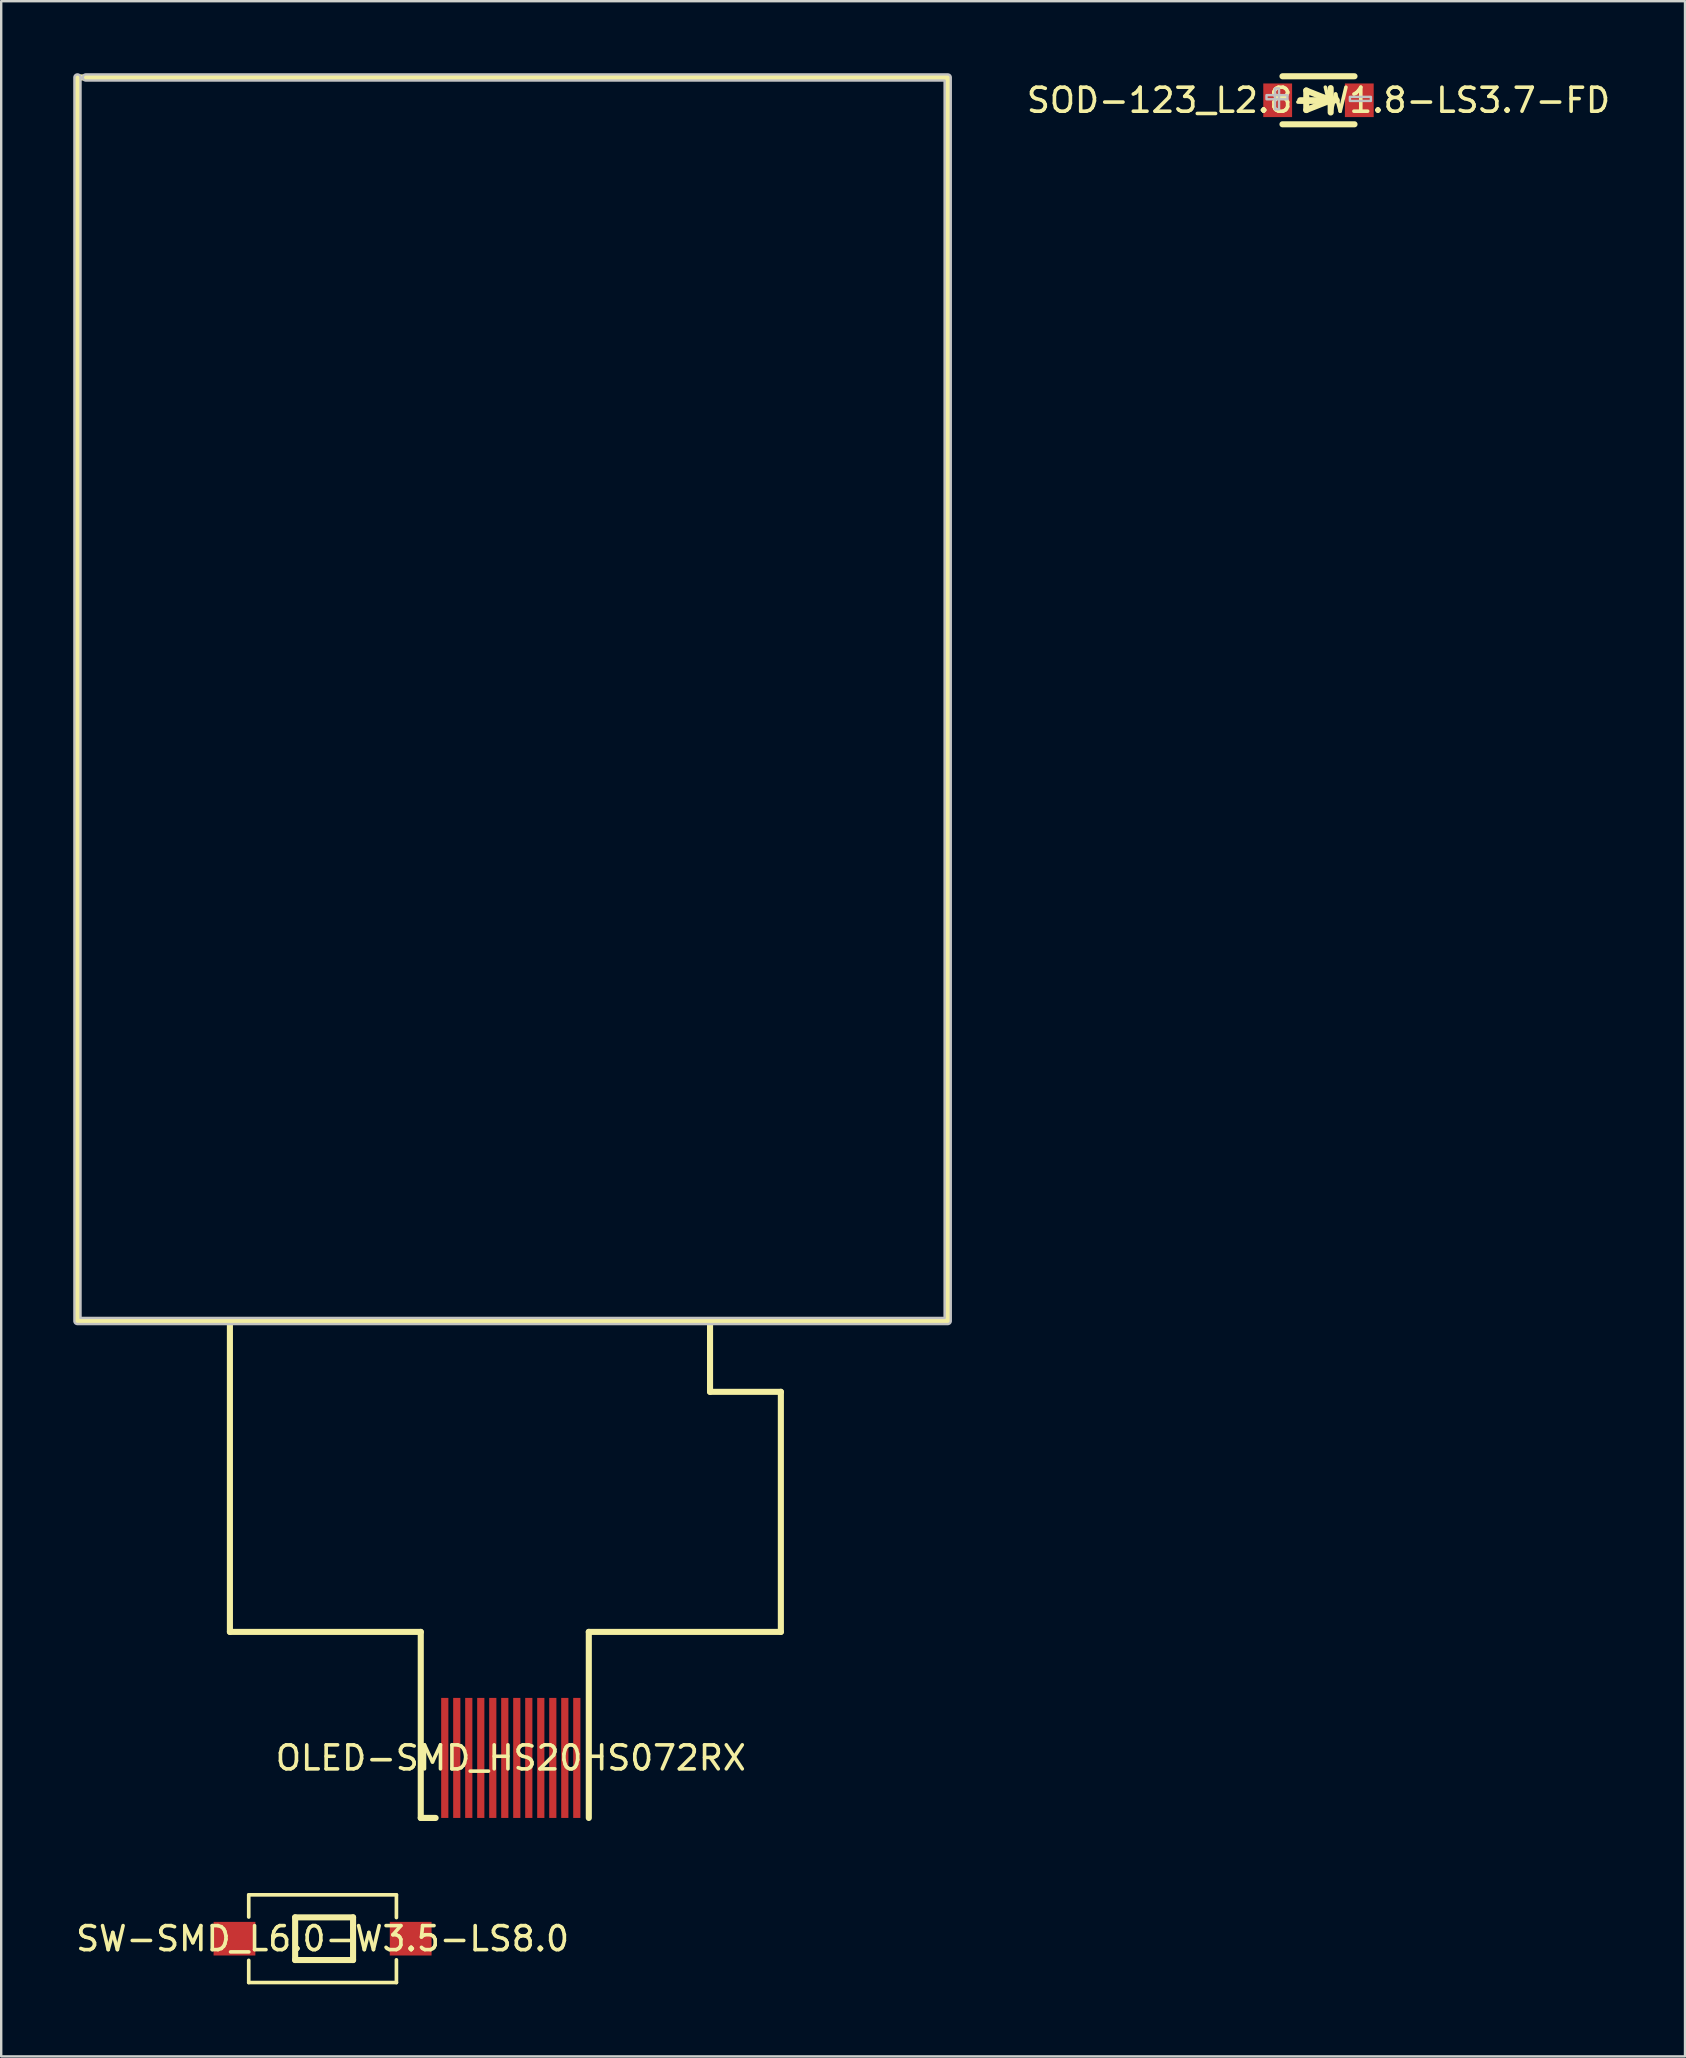
<source format=kicad_pcb>
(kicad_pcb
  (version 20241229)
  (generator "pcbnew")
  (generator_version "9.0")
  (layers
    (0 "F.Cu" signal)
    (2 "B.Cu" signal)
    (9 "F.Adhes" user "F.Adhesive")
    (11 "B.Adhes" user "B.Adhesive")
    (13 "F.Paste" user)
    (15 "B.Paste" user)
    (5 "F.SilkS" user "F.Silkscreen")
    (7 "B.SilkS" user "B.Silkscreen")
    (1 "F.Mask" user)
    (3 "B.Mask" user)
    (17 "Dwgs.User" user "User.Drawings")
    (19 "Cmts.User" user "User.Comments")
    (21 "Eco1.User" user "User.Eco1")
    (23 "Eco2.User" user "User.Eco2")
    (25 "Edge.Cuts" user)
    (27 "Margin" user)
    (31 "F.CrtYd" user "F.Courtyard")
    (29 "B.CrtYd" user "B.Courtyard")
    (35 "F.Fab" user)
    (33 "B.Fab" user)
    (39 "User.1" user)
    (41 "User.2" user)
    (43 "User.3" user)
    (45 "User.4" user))
  (footprint "SW-SMD_L6.0-W3.5-LS8.0"
    (layer "F.Cu")
    (at 10.387 77.707)
    (property "Reference" "SW-SMD_L6.0-W3.5-LS8.0" (at 0 0 0) (layer "F.SilkS") (effects (font (size 1 1) (thickness 0.15))))
    (fp_line (start -3.076 -1.826) (end -3.076 -0.903) (stroke (width 0.152) (type default)) (layer "F.SilkS"))
    (fp_line (start -3.076 1.826) (end -3.076 0.903) (stroke (width 0.152) (type default)) (layer "F.SilkS"))
    (fp_line (start -1.143 -0.889) (end 1.27 -0.889) (stroke (width 0.254) (type default)) (layer "F.SilkS"))
    (fp_line (start -1.143 0.889) (end -1.143 -0.889) (stroke (width 0.254) (type default)) (layer "F.SilkS"))
    (fp_line (start 1.27 -0.889) (end 1.27 0.889) (stroke (width 0.254) (type default)) (layer "F.SilkS"))
    (fp_line (start 1.27 0.889) (end -1.143 0.889) (stroke (width 0.254) (type default)) (layer "F.SilkS"))
    (fp_line (start 3.076 -1.826) (end -3.076 -1.826) (stroke (width 0.152) (type default)) (layer "F.SilkS"))
    (fp_line (start 3.076 -1.826) (end 3.076 -0.88) (stroke (width 0.152) (type default)) (layer "F.SilkS"))
    (fp_line (start 3.076 0.88) (end 3.076 1.826) (stroke (width 0.152) (type default)) (layer "F.SilkS"))
    (fp_line (start 3.076 1.826) (end -3.076 1.826) (stroke (width 0.152) (type default)) (layer "F.SilkS"))
    (fp_poly (pts (xy -4 -0.5) (xy -4 0.5) (xy -3.1 0.5) (xy -3.1 -0.5)) (stroke (width 0.1) (type default)) (fill no) (layer "User.1"))
    (fp_poly (pts (xy -2.99 -0.5) (xy -2.99 0.5) (xy -3.11 0.5) (xy -3.11 -0.5)) (stroke (width 0.1) (type default)) (fill no) (layer "User.1"))
    (fp_poly (pts (xy 2.99 -0.5) (xy 2.99 0.5) (xy 3.11 0.5) (xy 3.11 -0.5)) (stroke (width 0.1) (type default)) (fill no) (layer "User.1"))
    (fp_poly (pts (xy 4 -0.5) (xy 4 0.5) (xy 3.1 0.5) (xy 3.1 -0.5)) (stroke (width 0.1) (type default)) (fill no) (layer "User.1"))
    (fp_line (start -3 -1.75) (end 3 -1.75) (stroke (width 0.051) (type default)) (layer "User.2"))
    (fp_line (start -3 1.75) (end -3 -1.75) (stroke (width 0.051) (type default)) (layer "User.2"))
    (fp_line (start 3 -1.75) (end 3 1.75) (stroke (width 0.051) (type default)) (layer "User.2"))
    (fp_line (start 3 1.75) (end -3 1.75) (stroke (width 0.051) (type default)) (layer "User.2"))
    (fp_poly (pts (xy -3.945 1.727) (xy -3.977 1.695) (xy -4.023 1.695) (xy -4.055 1.727) (xy -4.055 1.773) (xy -4.023 1.805) (xy -3.977 1.805) (xy -3.945 1.773)) (stroke (width 0.1) (type default)) (fill no) (layer "User.3"))
    (pad "1" smd rect (at -3.67 0) (size 1.74 1.4) (layers "F.Cu" "F.Mask" "F.Paste"))
    (pad "2" smd rect (at 3.67 0) (size 1.74 1.4) (layers "F.Cu" "F.Mask" "F.Paste")))
  (footprint "SOD-123_L2.8-W1.8-LS3.7-FD"
    (layer "F.Cu")
    (at 51.872 1.127)
    (property "Reference" "SOD-123_L2.8-W1.8-LS3.7-FD" (at 0 0 0) (layer "F.SilkS") (effects (font (size 1 1) (thickness 0.15))))
    (fp_line (start -1.5 -1) (end 1.5 -1) (stroke (width 0.254) (type default)) (layer "F.SilkS"))
    (fp_line (start -1.5 1) (end 1.5 1) (stroke (width 0.254) (type default)) (layer "F.SilkS"))
    (fp_line (start -0.508 -0.406) (end 0.508 0) (stroke (width 0.254) (type default)) (layer "F.SilkS"))
    (fp_line (start -0.508 0.406) (end -0.508 -0.406) (stroke (width 0.254) (type default)) (layer "F.SilkS"))
    (fp_line (start 0.508 0) (end -0.508 0.406) (stroke (width 0.254) (type default)) (layer "F.SilkS"))
    (fp_line (start 0.508 0.508) (end 0.508 -0.508) (stroke (width 0.254) (type default)) (layer "F.SilkS"))
    (fp_line (start 0.762 0) (end -0.762 0) (stroke (width 0.254) (type default)) (layer "F.SilkS"))
    (fp_poly (pts (xy -2.166 -0.213) (xy -1.291 -0.213) (xy -1.291 -0.043) (xy -2.166 -0.043) (xy -2.166 -0.053)) (stroke (width 0.1) (type default)) (fill no) (layer "Dwgs.User"))
    (fp_poly (pts (xy -1.812 0.378) (xy -1.812 -0.497) (xy -1.643 -0.497) (xy -1.643 0.378) (xy -1.652 0.378)) (stroke (width 0.1) (type default)) (fill no) (layer "Dwgs.User"))
    (fp_poly (pts (xy 1.308 -0.141) (xy 2.183 -0.141) (xy 2.183 0.028) (xy 1.308 0.028) (xy 1.308 0.019)) (stroke (width 0.1) (type default)) (fill no) (layer "Dwgs.User"))
    (fp_poly (pts (xy -1.85 -0.5) (xy -1.25 -0.5) (xy -1.25 0.5) (xy -1.85 0.5)) (stroke (width 0.1) (type default)) (fill no) (layer "User.1"))
    (fp_poly (pts (xy 1.25 -0.5) (xy 1.85 -0.5) (xy 1.85 0.5) (xy 1.25 0.5)) (stroke (width 0.1) (type default)) (fill no) (layer "User.1"))
    (fp_line (start -1.35 -0.9) (end 1.35 -0.9) (stroke (width 0.051) (type default)) (layer "User.2"))
    (fp_line (start -1.35 0.9) (end -1.35 -0.9) (stroke (width 0.051) (type default)) (layer "User.2"))
    (fp_line (start 1.35 -0.9) (end 1.35 0.9) (stroke (width 0.051) (type default)) (layer "User.2"))
    (fp_line (start 1.35 0.9) (end -1.35 0.9) (stroke (width 0.051) (type default)) (layer "User.2"))
    (fp_poly (pts (xy -1.795 0.877) (xy -1.827 0.845) (xy -1.873 0.845) (xy -1.905 0.877) (xy -1.905 0.923) (xy -1.873 0.955) (xy -1.827 0.955) (xy -1.795 0.923)) (stroke (width 0.1) (type default)) (fill no) (layer "User.3"))
    (pad "1" smd rect (at -1.7 0) (size 1.2 1.4) (layers "F.Cu" "F.Mask" "F.Paste"))
    (pad "2" smd rect (at 1.7 0) (size 1.2 1.4) (layers "F.Cu" "F.Mask" "F.Paste")))
  (footprint "OLED-SMD_HS20HS072RX"
    (layer "F.Cu")
    (at 18.227 70.177)
    (property "Reference" "OLED-SMD_HS20HS072RX" (at 0 0 0) (layer "F.SilkS") (effects (font (size 1 1) (thickness 0.15))))
    (fp_line (start -18.03 -70.001) (end -18.03 -18.201) (stroke (width 0.254) (type default)) (layer "F.SilkS"))
    (fp_line (start -18.03 -18.201) (end 18.17 -18.201) (stroke (width 0.254) (type default)) (layer "F.SilkS"))
    (fp_line (start -11.7 -5.25) (end -11.7 -18.201) (stroke (width 0.254) (type default)) (layer "F.SilkS"))
    (fp_line (start -3.75 -5.25) (end -11.7 -5.25) (stroke (width 0.254) (type default)) (layer "F.SilkS"))
    (fp_line (start -3.75 2.5) (end -3.75 -5.25) (stroke (width 0.254) (type default)) (layer "F.SilkS"))
    (fp_line (start -3.75 2.5) (end -3.131 2.5) (stroke (width 0.254) (type default)) (layer "F.SilkS"))
    (fp_line (start 3.25 -5.25) (end 11.25 -5.25) (stroke (width 0.254) (type default)) (layer "F.SilkS"))
    (fp_line (start 3.25 2.5) (end 3.25 -5.25) (stroke (width 0.254) (type default)) (layer "F.SilkS"))
    (fp_line (start 8.3 -15.25) (end 8.3 -18.201) (stroke (width 0.254) (type default)) (layer "F.SilkS"))
    (fp_line (start 11.25 -15.25) (end 8.3 -15.25) (stroke (width 0.254) (type default)) (layer "F.SilkS"))
    (fp_line (start 11.25 -5.25) (end 11.25 -15.25) (stroke (width 0.254) (type default)) (layer "F.SilkS"))
    (fp_line (start 18.17 -70.001) (end -18.03 -70.001) (stroke (width 0.254) (type default)) (layer "F.SilkS"))
    (fp_line (start 18.17 -18.201) (end 18.17 -70.001) (stroke (width 0.254) (type default)) (layer "F.SilkS"))
    (fp_poly (pts (arc (start -18.177 -70) (mid -18.05 -70.127) (end -17.923 -70)) (xy -17.923 -18.327) (xy 18.073 -18.327) (xy 18.073 -69.873) (arc (start -17.7 -69.873) (mid -17.827 -70) (end -17.7 -70.127)) (arc (start 18.2 -70.127) (mid 18.289803 -70.089803) (end 18.327 -70)) (arc (start 18.327 -18.2) (mid 18.289803 -18.110197) (end 18.2 -18.073)) (arc (start -18.05 -18.073) (mid -18.139803 -18.110197) (end -18.177 -18.2))) (stroke (width 0.1) (type default)) (fill no) (layer "Dwgs.User"))
    (fp_poly (pts (xy -2.9 -1) (xy -2.6 -1) (xy -2.6 2.5) (xy -2.9 2.5)) (stroke (width 0.1) (type default)) (fill no) (layer "User.1"))
    (fp_poly (pts (xy -2.9 2.5) (xy -2.6 2.5) (xy -2.6 -18.25) (xy -2.9 -18.25)) (stroke (width 0.1) (type default)) (fill no) (layer "User.1"))
    (fp_poly (pts (xy -2.4 -1) (xy -2.1 -1) (xy -2.1 2.5) (xy -2.4 2.5)) (stroke (width 0.1) (type default)) (fill no) (layer "User.1"))
    (fp_poly (pts (xy -2.4 2.5) (xy -2.1 2.5) (xy -2.1 -18.25) (xy -2.4 -18.25)) (stroke (width 0.1) (type default)) (fill no) (layer "User.1"))
    (fp_poly (pts (xy -1.9 -1) (xy -1.6 -1) (xy -1.6 2.5) (xy -1.9 2.5)) (stroke (width 0.1) (type default)) (fill no) (layer "User.1"))
    (fp_poly (pts (xy -1.9 2.5) (xy -1.6 2.5) (xy -1.6 -18.25) (xy -1.9 -18.25)) (stroke (width 0.1) (type default)) (fill no) (layer "User.1"))
    (fp_poly (pts (xy -1.4 -1) (xy -1.1 -1) (xy -1.1 2.5) (xy -1.4 2.5)) (stroke (width 0.1) (type default)) (fill no) (layer "User.1"))
    (fp_poly (pts (xy -1.4 2.5) (xy -1.1 2.5) (xy -1.1 -18.25) (xy -1.4 -18.25)) (stroke (width 0.1) (type default)) (fill no) (layer "User.1"))
    (fp_poly (pts (xy -0.9 -1) (xy -0.6 -1) (xy -0.6 2.5) (xy -0.9 2.5)) (stroke (width 0.1) (type default)) (fill no) (layer "User.1"))
    (fp_poly (pts (xy -0.9 2.5) (xy -0.6 2.5) (xy -0.6 -18.25) (xy -0.9 -18.25)) (stroke (width 0.1) (type default)) (fill no) (layer "User.1"))
    (fp_poly (pts (xy -0.4 -1) (xy -0.1 -1) (xy -0.1 2.5) (xy -0.4 2.5)) (stroke (width 0.1) (type default)) (fill no) (layer "User.1"))
    (fp_poly (pts (xy -0.4 2.5) (xy -0.1 2.5) (xy -0.1 -18.25) (xy -0.4 -18.25)) (stroke (width 0.1) (type default)) (fill no) (layer "User.1"))
    (fp_poly (pts (xy 0.1 -1) (xy 0.4 -1) (xy 0.4 2.5) (xy 0.1 2.5)) (stroke (width 0.1) (type default)) (fill no) (layer "User.1"))
    (fp_poly (pts (xy 0.1 2.5) (xy 0.4 2.5) (xy 0.4 -18.25) (xy 0.1 -18.25)) (stroke (width 0.1) (type default)) (fill no) (layer "User.1"))
    (fp_poly (pts (xy 0.6 -1) (xy 0.9 -1) (xy 0.9 2.5) (xy 0.6 2.5)) (stroke (width 0.1) (type default)) (fill no) (layer "User.1"))
    (fp_poly (pts (xy 0.6 2.5) (xy 0.9 2.5) (xy 0.9 -18.25) (xy 0.6 -18.25)) (stroke (width 0.1) (type default)) (fill no) (layer "User.1"))
    (fp_poly (pts (xy 1.1 -1) (xy 1.4 -1) (xy 1.4 2.5) (xy 1.1 2.5)) (stroke (width 0.1) (type default)) (fill no) (layer "User.1"))
    (fp_poly (pts (xy 1.1 2.5) (xy 1.4 2.5) (xy 1.4 -18.25) (xy 1.1 -18.25)) (stroke (width 0.1) (type default)) (fill no) (layer "User.1"))
    (fp_poly (pts (xy 1.6 -1) (xy 1.9 -1) (xy 1.9 2.5) (xy 1.6 2.5)) (stroke (width 0.1) (type default)) (fill no) (layer "User.1"))
    (fp_poly (pts (xy 1.6 2.5) (xy 1.9 2.5) (xy 1.9 -18.25) (xy 1.6 -18.25)) (stroke (width 0.1) (type default)) (fill no) (layer "User.1"))
    (fp_poly (pts (xy 2.1 -1) (xy 2.4 -1) (xy 2.4 2.5) (xy 2.1 2.5)) (stroke (width 0.1) (type default)) (fill no) (layer "User.1"))
    (fp_poly (pts (xy 2.1 2.5) (xy 2.4 2.5) (xy 2.4 -18.25) (xy 2.1 -18.25)) (stroke (width 0.1) (type default)) (fill no) (layer "User.1"))
    (fp_poly (pts (xy 2.6 -1) (xy 2.9 -1) (xy 2.9 2.5) (xy 2.6 2.5)) (stroke (width 0.1) (type default)) (fill no) (layer "User.1"))
    (fp_poly (pts (xy 2.6 2.5) (xy 2.9 2.5) (xy 2.9 -18.25) (xy 2.6 -18.25)) (stroke (width 0.1) (type default)) (fill no) (layer "User.1"))
    (fp_line (start -18.03 -70.001) (end 18.17 -70.001) (stroke (width 0.051) (type default)) (layer "User.2"))
    (fp_line (start -18.03 -18.201) (end -18.03 -70.001) (stroke (width 0.051) (type default)) (layer "User.2"))
    (fp_line (start 18.17 -70.001) (end 18.17 -18.201) (stroke (width 0.051) (type default)) (layer "User.2"))
    (fp_line (start 18.17 -18.201) (end -18.03 -18.201) (stroke (width 0.051) (type default)) (layer "User.2"))
    (fp_poly (pts (xy -17.975 2.477) (xy -18.007 2.445) (xy -18.053 2.445) (xy -18.085 2.477) (xy -18.085 2.523) (xy -18.053 2.555) (xy -18.007 2.555) (xy -17.975 2.523)) (stroke (width 0.1) (type default)) (fill no) (layer "User.3"))
    (pad "1" smd rect (at -2.75 0) (size 0.3 5) (layers "F.Cu" "F.Mask" "F.Paste"))
    (pad "2" smd rect (at -2.25 0) (size 0.3 5) (layers "F.Cu" "F.Mask" "F.Paste"))
    (pad "3" smd rect (at -1.75 0) (size 0.3 5) (layers "F.Cu" "F.Mask" "F.Paste"))
    (pad "4" smd rect (at -1.25 0) (size 0.3 5) (layers "F.Cu" "F.Mask" "F.Paste"))
    (pad "5" smd rect (at -0.75 0) (size 0.3 5) (layers "F.Cu" "F.Mask" "F.Paste"))
    (pad "6" smd rect (at -0.25 0) (size 0.3 5) (layers "F.Cu" "F.Mask" "F.Paste"))
    (pad "7" smd rect (at 0.25 0) (size 0.3 5) (layers "F.Cu" "F.Mask" "F.Paste"))
    (pad "8" smd rect (at 0.75 0) (size 0.3 5) (layers "F.Cu" "F.Mask" "F.Paste"))
    (pad "9" smd rect (at 1.25 0) (size 0.3 5) (layers "F.Cu" "F.Mask" "F.Paste"))
    (pad "10" smd rect (at 1.75 0) (size 0.3 5) (layers "F.Cu" "F.Mask" "F.Paste"))
    (pad "11" smd rect (at 2.25 0) (size 0.3 5) (layers "F.Cu" "F.Mask" "F.Paste"))
    (pad "12" smd rect (at 2.75 0) (size 0.3 5) (layers "F.Cu" "F.Mask" "F.Paste")))
  (gr_rect
    (start -3 -3)
    (end 67.14 82.609)
    (stroke (width 0.1) (type default))
    (fill no)
    (layer "Edge.Cuts")))
</source>
